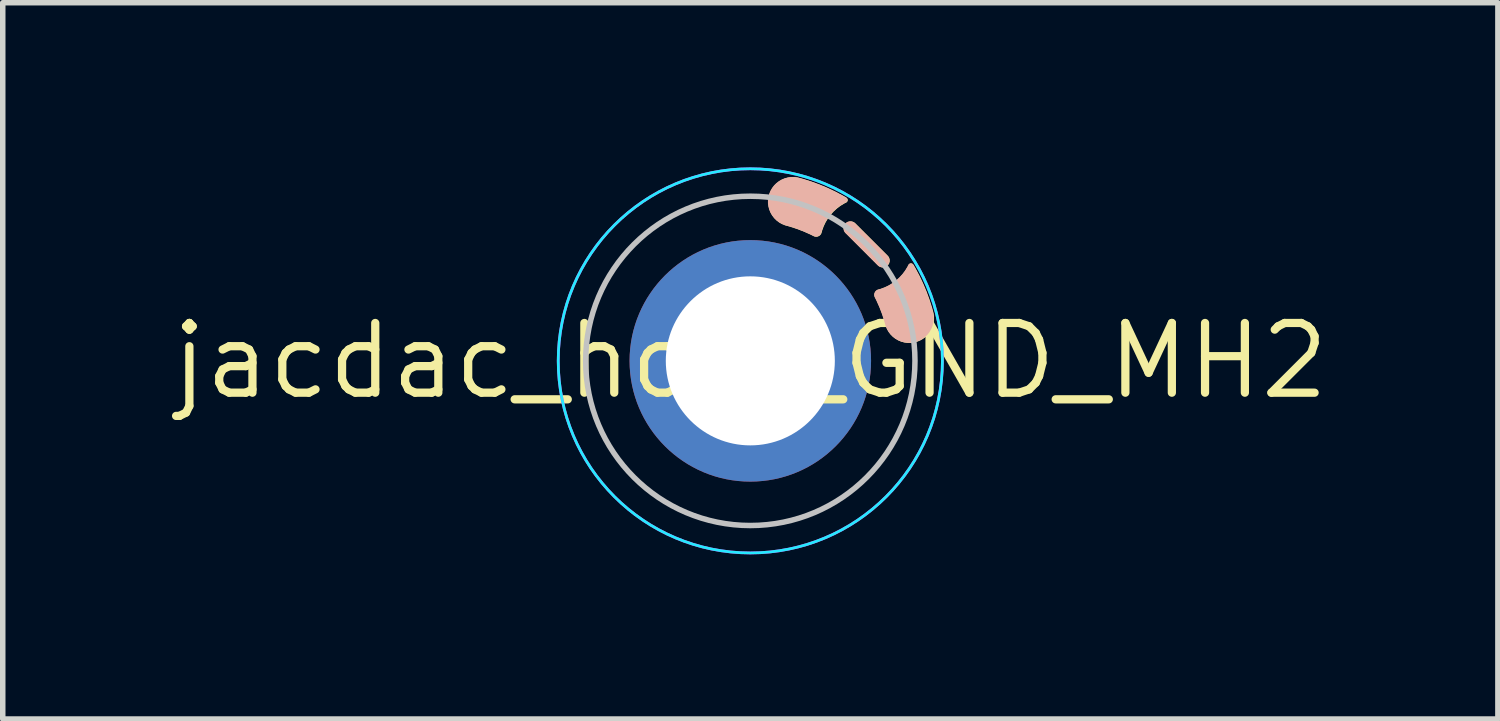
<source format=kicad_pcb>
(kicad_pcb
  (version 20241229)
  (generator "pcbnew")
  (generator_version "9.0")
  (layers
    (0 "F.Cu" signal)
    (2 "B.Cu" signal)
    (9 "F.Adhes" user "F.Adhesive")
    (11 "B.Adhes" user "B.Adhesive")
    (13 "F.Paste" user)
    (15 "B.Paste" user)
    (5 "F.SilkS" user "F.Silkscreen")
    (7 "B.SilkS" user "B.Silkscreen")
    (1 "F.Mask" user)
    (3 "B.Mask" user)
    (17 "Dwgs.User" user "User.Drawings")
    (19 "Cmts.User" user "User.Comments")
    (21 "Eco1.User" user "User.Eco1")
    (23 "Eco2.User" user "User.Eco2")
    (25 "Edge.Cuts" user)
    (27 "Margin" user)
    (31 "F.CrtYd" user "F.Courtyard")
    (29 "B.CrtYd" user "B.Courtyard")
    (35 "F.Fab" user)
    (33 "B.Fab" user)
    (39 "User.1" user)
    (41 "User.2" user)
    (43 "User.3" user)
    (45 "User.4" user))
  (footprint "jacdac_hole_GND_MH2"
    (layer "F.Cu")
    (at 10.621 3.525)
    (property "Reference" "jacdac_hole_GND_MH2" (at 0 0 0) (layer "F.SilkS") (effects (font (size 1.27 1.27) (thickness 0.15))))
    (attr through_hole)
    (fp_circle (center 0 0) (end 2.5 0) (stroke (width 0.1) (type solid)) (fill yes) (layer "F.Mask"))
    (fp_circle (center 0 0) (end 2.5 0) (stroke (width 0.1) (type solid)) (fill yes) (layer "B.Mask"))
    (fp_poly (pts (arc (start 1.915506 -2.503912) (mid 1.738729 -2.503913) (end 1.738729 -2.327135)) (arc (start 2.327135 -1.738729) (mid 2.503912 -1.73873) (end 2.503912 -1.915506))) (stroke (width 0) (type solid)) (fill yes) (layer "F.SilkS"))
    (fp_poly (pts (arc (start 1.156844 -2.27249) (mid 0.913403 -2.380797) (end 0.659989 -2.463111)) (arc (start 0.659989 -2.463111) (mid 0.341791 -3.014247) (end 0.892926 -3.332444)) (arc (start 0.892926 -3.332444) (mid 1.334087 -3.181621) (end 1.750884 -2.972693)) (arc (start 1.750884 -2.972693) (mid 1.775472 -2.927688) (end 1.747498 -2.884706)) (arc (start 1.747498 -2.884706) (mid 1.463371 -2.659468) (end 1.298959 -2.336314)) (arc (start 1.298959 -2.336314) (mid 1.243179 -2.270384) (end 1.156844 -2.27249))) (stroke (width 0) (type solid)) (fill yes) (layer "F.SilkS"))
    (fp_poly (pts (arc (start 2.336314 -1.298959) (mid 2.270384 -1.243179) (end 2.27249 -1.156844)) (arc (start 2.27249 -1.156844) (mid 2.380797 -0.913403) (end 2.463111 -0.659989)) (arc (start 2.463111 -0.659989) (mid 3.014246 -0.341792) (end 3.332444 -0.892926)) (arc (start 3.332444 -0.892926) (mid 3.181621 -1.334087) (end 2.972693 -1.750884)) (arc (start 2.972693 -1.750884) (mid 2.927688 -1.775472) (end 2.884706 -1.747498)) (arc (start 2.884706 -1.747498) (mid 2.659468 -1.463371) (end 2.336314 -1.298959))) (stroke (width 0) (type solid)) (fill yes) (layer "F.SilkS"))
    (fp_poly (pts (arc (start 1.909904 -2.505774) (mid 1.733127 -2.505775) (end 1.733127 -2.328997)) (arc (start 2.321533 -1.740591) (mid 2.49831 -1.740592) (end 2.49831 -1.917368))) (stroke (width 0) (type solid)) (fill yes) (layer "B.SilkS"))
    (fp_poly (pts (arc (start 1.151242 -2.274352) (mid 0.907801 -2.382659) (end 0.654387 -2.464973)) (arc (start 0.654387 -2.464973) (mid 0.336189 -3.016109) (end 0.887324 -3.334306)) (arc (start 0.887324 -3.334306) (mid 1.328485 -3.183483) (end 1.745282 -2.974555)) (arc (start 1.745282 -2.974555) (mid 1.76987 -2.92955) (end 1.741896 -2.886568)) (arc (start 1.741896 -2.886568) (mid 1.457769 -2.66133) (end 1.293357 -2.338176)) (arc (start 1.293357 -2.338176) (mid 1.237577 -2.272246) (end 1.151242 -2.274352))) (stroke (width 0) (type solid)) (fill yes) (layer "B.SilkS"))
    (fp_poly (pts (arc (start 2.330712 -1.300821) (mid 2.264782 -1.245041) (end 2.266888 -1.158706)) (arc (start 2.266888 -1.158706) (mid 2.375195 -0.915265) (end 2.457509 -0.661851)) (arc (start 2.457509 -0.661851) (mid 3.008644 -0.343654) (end 3.326842 -0.894788)) (arc (start 3.326842 -0.894788) (mid 3.176019 -1.335949) (end 2.967091 -1.752746)) (arc (start 2.967091 -1.752746) (mid 2.922086 -1.777334) (end 2.879104 -1.74936)) (arc (start 2.879104 -1.74936) (mid 2.653866 -1.465233) (end 2.330712 -1.300821))) (stroke (width 0) (type solid)) (fill yes) (layer "B.SilkS"))
    (fp_circle (center 0 0) (end 3 0) (stroke (width 0.1) (type default)) (fill no) (layer "Dwgs.User"))
    (fp_circle (center 0 0) (end 3.5 0) (stroke (width 0.05) (type default)) (fill no) (layer "B.CrtYd"))
    (fp_circle (center 0 0) (end 3.5 0) (stroke (width 0.05) (type default)) (fill no) (layer "F.CrtYd"))
    (pad "MH2" thru_hole circle (at 0 0) (size 4.4 4.4) (drill 3.08) (layers "*.Cu" "*.Mask")))
  (gr_rect
    (start -3 -3)
    (end 24.242 10.05)
    (stroke (width 0.1) (type default))
    (fill no)
    (layer "Edge.Cuts")))
</source>
